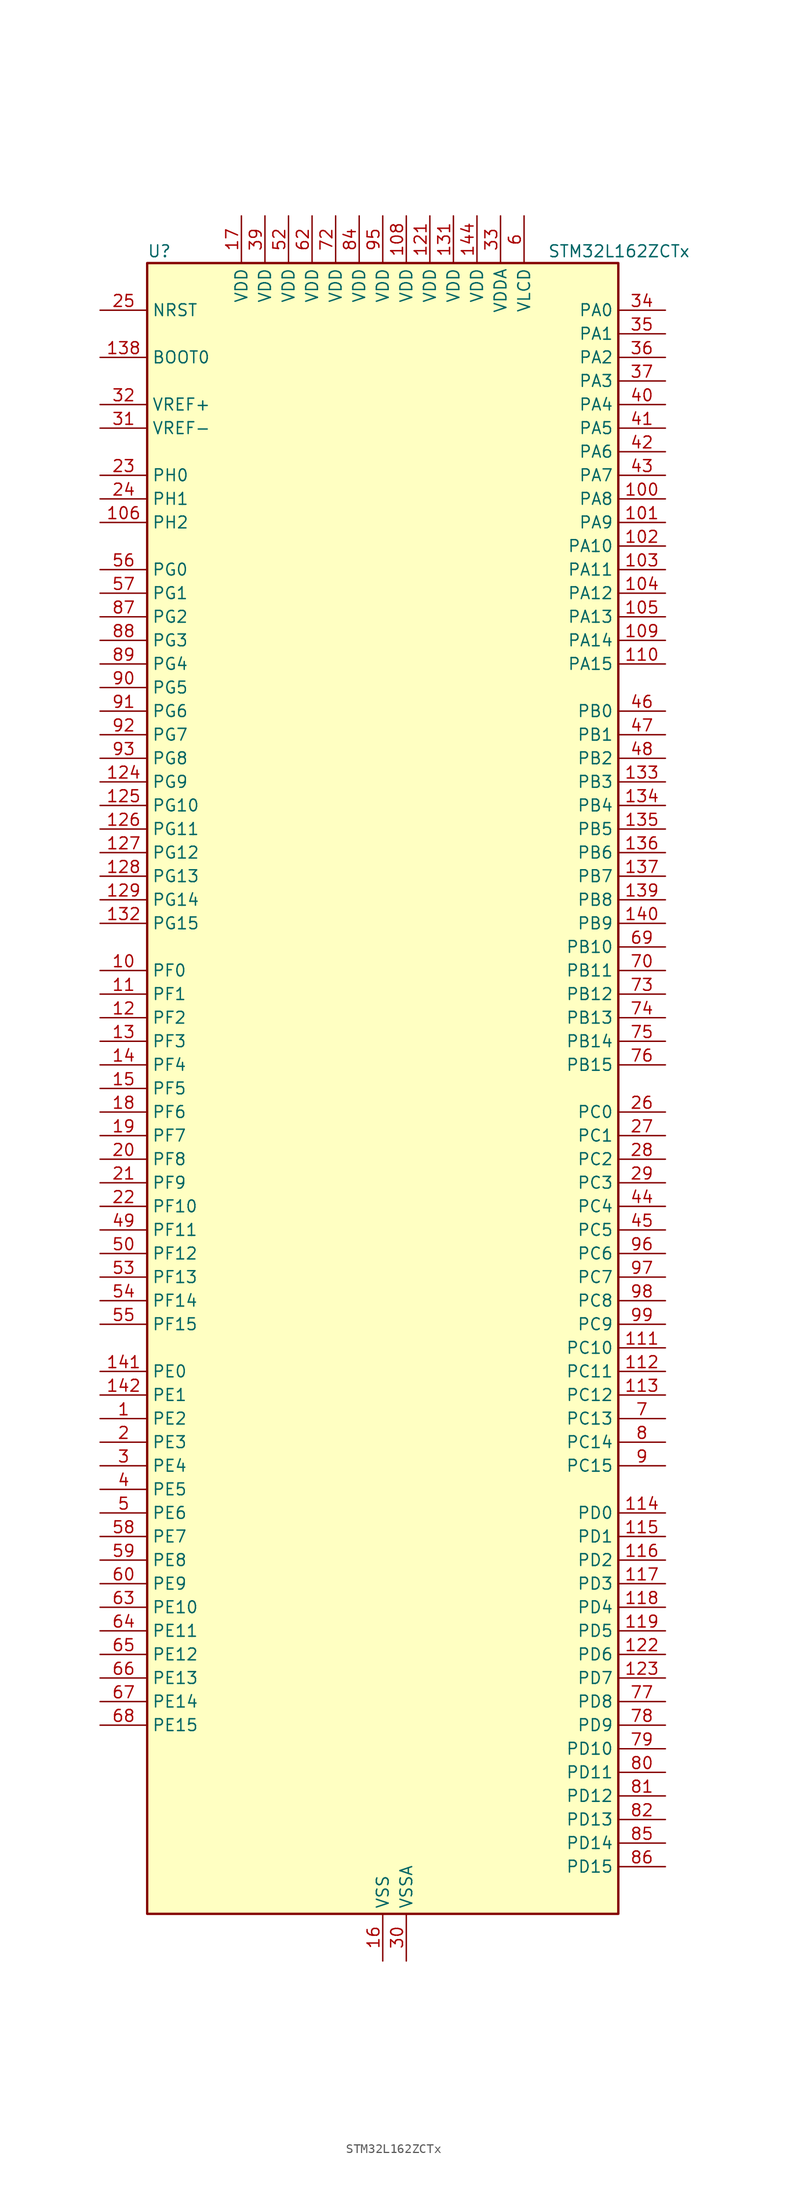
<source format=kicad_sym>
(kicad_symbol_lib
  (version 20241209)
  (generator "kicad_symbol_editor")
  (generator_version "9.0")
  (symbol "STM32L162ZCTx"
    (property "Reference" "U"
      (at -25.4 90.17 0)
      (effects (font (size 1.27 1.27)) (justify left)))
    (property "Value" "STM32L162ZCTx"
      (at 17.78 90.17 0)
      (effects (font (size 1.27 1.27)) (justify left)))
    (symbol "STM32L162ZCTx_0_1"
      (rectangle (start -25.4 -88.9) (end 25.4 88.9) (stroke (width 0.254) (type default)) (fill (type background))))
    (symbol "STM32L162ZCTx_1_1"
      (pin input line (at -30.48 83.82 0) (length 5.08) (name "NRST" (effects (font (size 1.27 1.27)))) (number "25" (effects (font (size 1.27 1.27)))))
      (pin input line (at -30.48 78.74 0) (length 5.08) (name "BOOT0" (effects (font (size 1.27 1.27)))) (number "138" (effects (font (size 1.27 1.27)))))
      (pin input line (at -30.48 73.66 0) (length 5.08) (name "VREF+" (effects (font (size 1.27 1.27)))) (number "32" (effects (font (size 1.27 1.27)))))
      (pin input line (at -30.48 71.12 0) (length 5.08) (name "VREF-" (effects (font (size 1.27 1.27)))) (number "31" (effects (font (size 1.27 1.27)))))
      (pin bidirectional line (at -30.48 66.04 0) (length 5.08) (name "PH0" (effects (font (size 1.27 1.27)))) (number "23" (effects (font (size 1.27 1.27)))) (alternate "RCC_OSC_IN" bidirectional line))
      (pin bidirectional line (at -30.48 63.5 0) (length 5.08) (name "PH1" (effects (font (size 1.27 1.27)))) (number "24" (effects (font (size 1.27 1.27)))) (alternate "RCC_OSC_OUT" bidirectional line))
      (pin bidirectional line (at -30.48 60.96 0) (length 5.08) (name "PH2" (effects (font (size 1.27 1.27)))) (number "106" (effects (font (size 1.27 1.27)))))
      (pin bidirectional line (at -30.48 55.88 0) (length 5.08) (name "PG0" (effects (font (size 1.27 1.27)))) (number "56" (effects (font (size 1.27 1.27)))) (alternate "ADC_IN8b" bidirectional line) (alternate "TS_G2_IO4" bidirectional line))
      (pin bidirectional line (at -30.48 53.34 0) (length 5.08) (name "PG1" (effects (font (size 1.27 1.27)))) (number "57" (effects (font (size 1.27 1.27)))) (alternate "ADC_IN9b" bidirectional line) (alternate "TS_G2_IO5" bidirectional line))
      (pin bidirectional line (at -30.48 50.8 0) (length 5.08) (name "PG2" (effects (font (size 1.27 1.27)))) (number "87" (effects (font (size 1.27 1.27)))) (alternate "ADC_IN10b" bidirectional line) (alternate "TS_G7_IO5" bidirectional line))
      (pin bidirectional line (at -30.48 48.26 0) (length 5.08) (name "PG3" (effects (font (size 1.27 1.27)))) (number "88" (effects (font (size 1.27 1.27)))) (alternate "ADC_IN11b" bidirectional line) (alternate "TS_G7_IO6" bidirectional line))
      (pin bidirectional line (at -30.48 45.72 0) (length 5.08) (name "PG4" (effects (font (size 1.27 1.27)))) (number "89" (effects (font (size 1.27 1.27)))) (alternate "ADC_IN12b" bidirectional line) (alternate "TS_G7_IO7" bidirectional line))
      (pin bidirectional line (at -30.48 43.18 0) (length 5.08) (name "PG5" (effects (font (size 1.27 1.27)))) (number "90" (effects (font (size 1.27 1.27)))))
      (pin bidirectional line (at -30.48 40.64 0) (length 5.08) (name "PG6" (effects (font (size 1.27 1.27)))) (number "91" (effects (font (size 1.27 1.27)))))
      (pin bidirectional line (at -30.48 38.1 0) (length 5.08) (name "PG7" (effects (font (size 1.27 1.27)))) (number "92" (effects (font (size 1.27 1.27)))))
      (pin bidirectional line (at -30.48 35.56 0) (length 5.08) (name "PG8" (effects (font (size 1.27 1.27)))) (number "93" (effects (font (size 1.27 1.27)))))
      (pin bidirectional line (at -30.48 33.02 0) (length 5.08) (name "PG9" (effects (font (size 1.27 1.27)))) (number "124" (effects (font (size 1.27 1.27)))) (alternate "DAC_EXTI9" bidirectional line))
      (pin bidirectional line (at -30.48 30.48 0) (length 5.08) (name "PG10" (effects (font (size 1.27 1.27)))) (number "125" (effects (font (size 1.27 1.27)))))
      (pin bidirectional line (at -30.48 27.94 0) (length 5.08) (name "PG11" (effects (font (size 1.27 1.27)))) (number "126" (effects (font (size 1.27 1.27)))) (alternate "ADC_EXTI11" bidirectional line))
      (pin bidirectional line (at -30.48 25.4 0) (length 5.08) (name "PG12" (effects (font (size 1.27 1.27)))) (number "127" (effects (font (size 1.27 1.27)))))
      (pin bidirectional line (at -30.48 22.86 0) (length 5.08) (name "PG13" (effects (font (size 1.27 1.27)))) (number "128" (effects (font (size 1.27 1.27)))))
      (pin bidirectional line (at -30.48 20.32 0) (length 5.08) (name "PG14" (effects (font (size 1.27 1.27)))) (number "129" (effects (font (size 1.27 1.27)))))
      (pin bidirectional line (at -30.48 17.78 0) (length 5.08) (name "PG15" (effects (font (size 1.27 1.27)))) (number "132" (effects (font (size 1.27 1.27)))) (alternate "ADC_EXTI15" bidirectional line))
      (pin bidirectional line (at -30.48 12.7 0) (length 5.08) (name "PF0" (effects (font (size 1.27 1.27)))) (number "10" (effects (font (size 1.27 1.27)))))
      (pin bidirectional line (at -30.48 10.16 0) (length 5.08) (name "PF1" (effects (font (size 1.27 1.27)))) (number "11" (effects (font (size 1.27 1.27)))))
      (pin bidirectional line (at -30.48 7.62 0) (length 5.08) (name "PF2" (effects (font (size 1.27 1.27)))) (number "12" (effects (font (size 1.27 1.27)))))
      (pin bidirectional line (at -30.48 5.08 0) (length 5.08) (name "PF3" (effects (font (size 1.27 1.27)))) (number "13" (effects (font (size 1.27 1.27)))))
      (pin bidirectional line (at -30.48 2.54 0) (length 5.08) (name "PF4" (effects (font (size 1.27 1.27)))) (number "14" (effects (font (size 1.27 1.27)))))
      (pin bidirectional line (at -30.48 0 0) (length 5.08) (name "PF5" (effects (font (size 1.27 1.27)))) (number "15" (effects (font (size 1.27 1.27)))))
      (pin bidirectional line (at -30.48 -2.54 0) (length 5.08) (name "PF6" (effects (font (size 1.27 1.27)))) (number "18" (effects (font (size 1.27 1.27)))) (alternate "ADC_IN27" bidirectional line) (alternate "TIM5_CH1" bidirectional line) (alternate "TIM5_ETR" bidirectional line) (alternate "TS_G11_IO1" bidirectional line))
      (pin bidirectional line (at -30.48 -5.08 0) (length 5.08) (name "PF7" (effects (font (size 1.27 1.27)))) (number "19" (effects (font (size 1.27 1.27)))) (alternate "ADC_IN28" bidirectional line) (alternate "COMP1_INP" bidirectional line) (alternate "TIM5_CH2" bidirectional line) (alternate "TS_G11_IO2" bidirectional line))
      (pin bidirectional line (at -30.48 -7.62 0) (length 5.08) (name "PF8" (effects (font (size 1.27 1.27)))) (number "20" (effects (font (size 1.27 1.27)))) (alternate "ADC_IN29" bidirectional line) (alternate "COMP1_INP" bidirectional line) (alternate "TIM5_CH3" bidirectional line) (alternate "TS_G11_IO3" bidirectional line))
      (pin bidirectional line (at -30.48 -10.16 0) (length 5.08) (name "PF9" (effects (font (size 1.27 1.27)))) (number "21" (effects (font (size 1.27 1.27)))) (alternate "ADC_IN30" bidirectional line) (alternate "COMP1_INP" bidirectional line) (alternate "DAC_EXTI9" bidirectional line) (alternate "TIM5_CH4" bidirectional line) (alternate "TS_G11_IO4" bidirectional line))
      (pin bidirectional line (at -30.48 -12.7 0) (length 5.08) (name "PF10" (effects (font (size 1.27 1.27)))) (number "22" (effects (font (size 1.27 1.27)))) (alternate "ADC_IN31" bidirectional line) (alternate "COMP1_INP" bidirectional line) (alternate "TS_G11_IO5" bidirectional line))
      (pin bidirectional line (at -30.48 -15.24 0) (length 5.08) (name "PF11" (effects (font (size 1.27 1.27)))) (number "49" (effects (font (size 1.27 1.27)))) (alternate "ADC_EXTI11" bidirectional line) (alternate "ADC_IN1b" bidirectional line) (alternate "TS_G3_IO4" bidirectional line))
      (pin bidirectional line (at -30.48 -17.78 0) (length 5.08) (name "PF12" (effects (font (size 1.27 1.27)))) (number "50" (effects (font (size 1.27 1.27)))) (alternate "ADC_IN2b" bidirectional line) (alternate "TS_G3_IO5" bidirectional line))
      (pin bidirectional line (at -30.48 -20.32 0) (length 5.08) (name "PF13" (effects (font (size 1.27 1.27)))) (number "53" (effects (font (size 1.27 1.27)))) (alternate "ADC_IN3b" bidirectional line) (alternate "TS_G9_IO3" bidirectional line))
      (pin bidirectional line (at -30.48 -22.86 0) (length 5.08) (name "PF14" (effects (font (size 1.27 1.27)))) (number "54" (effects (font (size 1.27 1.27)))) (alternate "ADC_IN6b" bidirectional line) (alternate "TS_G9_IO4" bidirectional line))
      (pin bidirectional line (at -30.48 -25.4 0) (length 5.08) (name "PF15" (effects (font (size 1.27 1.27)))) (number "55" (effects (font (size 1.27 1.27)))) (alternate "ADC_EXTI15" bidirectional line) (alternate "ADC_IN7b" bidirectional line) (alternate "TS_G2_IO3" bidirectional line))
      (pin bidirectional line (at -30.48 -30.48 0) (length 5.08) (name "PE0" (effects (font (size 1.27 1.27)))) (number "141" (effects (font (size 1.27 1.27)))) (alternate "LCD_SEG36" bidirectional line) (alternate "TIM10_CH1" bidirectional line) (alternate "TIM4_ETR" bidirectional line) (alternate "TIMX_IC1" bidirectional line))
      (pin bidirectional line (at -30.48 -33.02 0) (length 5.08) (name "PE1" (effects (font (size 1.27 1.27)))) (number "142" (effects (font (size 1.27 1.27)))) (alternate "LCD_SEG37" bidirectional line) (alternate "TIM11_CH1" bidirectional line) (alternate "TIMX_IC2" bidirectional line))
      (pin bidirectional line (at -30.48 -35.56 0) (length 5.08) (name "PE2" (effects (font (size 1.27 1.27)))) (number "1" (effects (font (size 1.27 1.27)))) (alternate "LCD_SEG38" bidirectional line) (alternate "SYS_TRACECK" bidirectional line) (alternate "TIM3_ETR" bidirectional line) (alternate "TIMX_IC3" bidirectional line))
      (pin bidirectional line (at -30.48 -38.1 0) (length 5.08) (name "PE3" (effects (font (size 1.27 1.27)))) (number "2" (effects (font (size 1.27 1.27)))) (alternate "LCD_SEG39" bidirectional line) (alternate "SYS_TRACED0" bidirectional line) (alternate "TIM3_CH1" bidirectional line) (alternate "TIMX_IC4" bidirectional line))
      (pin bidirectional line (at -30.48 -40.64 0) (length 5.08) (name "PE4" (effects (font (size 1.27 1.27)))) (number "3" (effects (font (size 1.27 1.27)))) (alternate "SYS_TRACED1" bidirectional line) (alternate "TIM3_CH2" bidirectional line) (alternate "TIMX_IC1" bidirectional line))
      (pin bidirectional line (at -30.48 -43.18 0) (length 5.08) (name "PE5" (effects (font (size 1.27 1.27)))) (number "4" (effects (font (size 1.27 1.27)))) (alternate "SYS_TRACED2" bidirectional line) (alternate "TIM9_CH1" bidirectional line) (alternate "TIMX_IC2" bidirectional line))
      (pin bidirectional line (at -30.48 -45.72 0) (length 5.08) (name "PE6" (effects (font (size 1.27 1.27)))) (number "5" (effects (font (size 1.27 1.27)))) (alternate "RTC_TAMP3" bidirectional line) (alternate "SYS_TRACED3" bidirectional line) (alternate "SYS_WKUP3" bidirectional line) (alternate "TIM9_CH2" bidirectional line) (alternate "TIMX_IC3" bidirectional line))
      (pin bidirectional line (at -30.48 -48.26 0) (length 5.08) (name "PE7" (effects (font (size 1.27 1.27)))) (number "58" (effects (font (size 1.27 1.27)))) (alternate "ADC_IN22" bidirectional line) (alternate "COMP1_INP" bidirectional line) (alternate "TIMX_IC4" bidirectional line))
      (pin bidirectional line (at -30.48 -50.8 0) (length 5.08) (name "PE8" (effects (font (size 1.27 1.27)))) (number "59" (effects (font (size 1.27 1.27)))) (alternate "ADC_IN23" bidirectional line) (alternate "COMP1_INP" bidirectional line) (alternate "TIMX_IC1" bidirectional line))
      (pin bidirectional line (at -30.48 -53.34 0) (length 5.08) (name "PE9" (effects (font (size 1.27 1.27)))) (number "60" (effects (font (size 1.27 1.27)))) (alternate "ADC_IN24" bidirectional line) (alternate "COMP1_INP" bidirectional line) (alternate "DAC_EXTI9" bidirectional line) (alternate "TIM2_CH1" bidirectional line) (alternate "TIM2_ETR" bidirectional line) (alternate "TIMX_IC2" bidirectional line))
      (pin bidirectional line (at -30.48 -55.88 0) (length 5.08) (name "PE10" (effects (font (size 1.27 1.27)))) (number "63" (effects (font (size 1.27 1.27)))) (alternate "ADC_IN25" bidirectional line) (alternate "COMP1_INP" bidirectional line) (alternate "TIM2_CH2" bidirectional line) (alternate "TIMX_IC3" bidirectional line))
      (pin bidirectional line (at -30.48 -58.42 0) (length 5.08) (name "PE11" (effects (font (size 1.27 1.27)))) (number "64" (effects (font (size 1.27 1.27)))) (alternate "ADC_EXTI11" bidirectional line) (alternate "TIM2_CH3" bidirectional line) (alternate "TIMX_IC4" bidirectional line))
      (pin bidirectional line (at -30.48 -60.96 0) (length 5.08) (name "PE12" (effects (font (size 1.27 1.27)))) (number "65" (effects (font (size 1.27 1.27)))) (alternate "SPI1_NSS" bidirectional line) (alternate "TIM2_CH4" bidirectional line) (alternate "TIMX_IC1" bidirectional line))
      (pin bidirectional line (at -30.48 -63.5 0) (length 5.08) (name "PE13" (effects (font (size 1.27 1.27)))) (number "66" (effects (font (size 1.27 1.27)))) (alternate "SPI1_SCK" bidirectional line) (alternate "TIMX_IC2" bidirectional line))
      (pin bidirectional line (at -30.48 -66.04 0) (length 5.08) (name "PE14" (effects (font (size 1.27 1.27)))) (number "67" (effects (font (size 1.27 1.27)))) (alternate "SPI1_MISO" bidirectional line) (alternate "TIMX_IC3" bidirectional line))
      (pin bidirectional line (at -30.48 -68.58 0) (length 5.08) (name "PE15" (effects (font (size 1.27 1.27)))) (number "68" (effects (font (size 1.27 1.27)))) (alternate "ADC_EXTI15" bidirectional line) (alternate "SPI1_MOSI" bidirectional line) (alternate "TIMX_IC4" bidirectional line))
      (pin power_in line (at -15.24 93.98 270) (length 5.08) (name "VDD" (effects (font (size 1.27 1.27)))) (number "17" (effects (font (size 1.27 1.27)))))
      (pin power_in line (at -12.7 93.98 270) (length 5.08) (name "VDD" (effects (font (size 1.27 1.27)))) (number "39" (effects (font (size 1.27 1.27)))))
      (pin power_in line (at -10.16 93.98 270) (length 5.08) (name "VDD" (effects (font (size 1.27 1.27)))) (number "52" (effects (font (size 1.27 1.27)))))
      (pin power_in line (at -7.62 93.98 270) (length 5.08) (name "VDD" (effects (font (size 1.27 1.27)))) (number "62" (effects (font (size 1.27 1.27)))))
      (pin power_in line (at -5.08 93.98 270) (length 5.08) (name "VDD" (effects (font (size 1.27 1.27)))) (number "72" (effects (font (size 1.27 1.27)))))
      (pin power_in line (at -2.54 93.98 270) (length 5.08) (name "VDD" (effects (font (size 1.27 1.27)))) (number "84" (effects (font (size 1.27 1.27)))))
      (pin power_in line (at 0 93.98 270) (length 5.08) (name "VDD" (effects (font (size 1.27 1.27)))) (number "95" (effects (font (size 1.27 1.27)))))
      (pin passive line (at 0 -93.98 90) (length 5.08) (hide yes) (name "VSS" (effects (font (size 1.27 1.27)))) (number "107" (effects (font (size 1.27 1.27)))))
      (pin passive line (at 0 -93.98 90) (length 5.08) (hide yes) (name "VSS" (effects (font (size 1.27 1.27)))) (number "120" (effects (font (size 1.27 1.27)))))
      (pin passive line (at 0 -93.98 90) (length 5.08) (hide yes) (name "VSS" (effects (font (size 1.27 1.27)))) (number "130" (effects (font (size 1.27 1.27)))))
      (pin passive line (at 0 -93.98 90) (length 5.08) (hide yes) (name "VSS" (effects (font (size 1.27 1.27)))) (number "143" (effects (font (size 1.27 1.27)))))
      (pin power_in line (at 0 -93.98 90) (length 5.08) (name "VSS" (effects (font (size 1.27 1.27)))) (number "16" (effects (font (size 1.27 1.27)))))
      (pin passive line (at 0 -93.98 90) (length 5.08) (hide yes) (name "VSS" (effects (font (size 1.27 1.27)))) (number "38" (effects (font (size 1.27 1.27)))))
      (pin passive line (at 0 -93.98 90) (length 5.08) (hide yes) (name "VSS" (effects (font (size 1.27 1.27)))) (number "51" (effects (font (size 1.27 1.27)))))
      (pin passive line (at 0 -93.98 90) (length 5.08) (hide yes) (name "VSS" (effects (font (size 1.27 1.27)))) (number "61" (effects (font (size 1.27 1.27)))))
      (pin passive line (at 0 -93.98 90) (length 5.08) (hide yes) (name "VSS" (effects (font (size 1.27 1.27)))) (number "71" (effects (font (size 1.27 1.27)))))
      (pin passive line (at 0 -93.98 90) (length 5.08) (hide yes) (name "VSS" (effects (font (size 1.27 1.27)))) (number "83" (effects (font (size 1.27 1.27)))))
      (pin passive line (at 0 -93.98 90) (length 5.08) (hide yes) (name "VSS" (effects (font (size 1.27 1.27)))) (number "94" (effects (font (size 1.27 1.27)))))
      (pin power_in line (at 2.54 93.98 270) (length 5.08) (name "VDD" (effects (font (size 1.27 1.27)))) (number "108" (effects (font (size 1.27 1.27)))))
      (pin power_in line (at 2.54 -93.98 90) (length 5.08) (name "VSSA" (effects (font (size 1.27 1.27)))) (number "30" (effects (font (size 1.27 1.27)))))
      (pin power_in line (at 5.08 93.98 270) (length 5.08) (name "VDD" (effects (font (size 1.27 1.27)))) (number "121" (effects (font (size 1.27 1.27)))))
      (pin power_in line (at 7.62 93.98 270) (length 5.08) (name "VDD" (effects (font (size 1.27 1.27)))) (number "131" (effects (font (size 1.27 1.27)))))
      (pin power_in line (at 10.16 93.98 270) (length 5.08) (name "VDD" (effects (font (size 1.27 1.27)))) (number "144" (effects (font (size 1.27 1.27)))))
      (pin power_in line (at 12.7 93.98 270) (length 5.08) (name "VDDA" (effects (font (size 1.27 1.27)))) (number "33" (effects (font (size 1.27 1.27)))))
      (pin power_in line (at 15.24 93.98 270) (length 5.08) (name "VLCD" (effects (font (size 1.27 1.27)))) (number "6" (effects (font (size 1.27 1.27)))))
      (pin bidirectional line (at 30.48 83.82 180) (length 5.08) (name "PA0" (effects (font (size 1.27 1.27)))) (number "34" (effects (font (size 1.27 1.27)))) (alternate "ADC_IN0" bidirectional line) (alternate "COMP1_INP" bidirectional line) (alternate "RTC_TAMP2" bidirectional line) (alternate "SYS_WKUP1" bidirectional line) (alternate "TIM2_CH1" bidirectional line) (alternate "TIM2_ETR" bidirectional line) (alternate "TIM5_CH1" bidirectional line) (alternate "TIMX_IC1" bidirectional line) (alternate "TS_G1_IO1" bidirectional line) (alternate "USART2_CTS" bidirectional line))
      (pin bidirectional line (at 30.48 81.28 180) (length 5.08) (name "PA1" (effects (font (size 1.27 1.27)))) (number "35" (effects (font (size 1.27 1.27)))) (alternate "ADC_IN1" bidirectional line) (alternate "COMP1_INP" bidirectional line) (alternate "LCD_SEG0" bidirectional line) (alternate "OPAMP1_VINP" bidirectional line) (alternate "TIM2_CH2" bidirectional line) (alternate "TIM5_CH2" bidirectional line) (alternate "TIMX_IC2" bidirectional line) (alternate "TS_G1_IO2" bidirectional line) (alternate "USART2_RTS" bidirectional line))
      (pin bidirectional line (at 30.48 78.74 180) (length 5.08) (name "PA2" (effects (font (size 1.27 1.27)))) (number "36" (effects (font (size 1.27 1.27)))) (alternate "ADC_IN2" bidirectional line) (alternate "COMP1_INP" bidirectional line) (alternate "LCD_SEG1" bidirectional line) (alternate "OPAMP1_VINM" bidirectional line) (alternate "TIM2_CH3" bidirectional line) (alternate "TIM5_CH3" bidirectional line) (alternate "TIM9_CH1" bidirectional line) (alternate "TIMX_IC3" bidirectional line) (alternate "TS_G1_IO3" bidirectional line) (alternate "USART2_TX" bidirectional line))
      (pin bidirectional line (at 30.48 76.2 180) (length 5.08) (name "PA3" (effects (font (size 1.27 1.27)))) (number "37" (effects (font (size 1.27 1.27)))) (alternate "ADC_IN3" bidirectional line) (alternate "COMP1_INP" bidirectional line) (alternate "LCD_SEG2" bidirectional line) (alternate "OPAMP1_VOUT" bidirectional line) (alternate "TIM2_CH4" bidirectional line) (alternate "TIM5_CH4" bidirectional line) (alternate "TIM9_CH2" bidirectional line) (alternate "TIMX_IC4" bidirectional line) (alternate "TS_G1_IO4" bidirectional line) (alternate "USART2_RX" bidirectional line))
      (pin bidirectional line (at 30.48 73.66 180) (length 5.08) (name "PA4" (effects (font (size 1.27 1.27)))) (number "40" (effects (font (size 1.27 1.27)))) (alternate "ADC_IN4" bidirectional line) (alternate "COMP1_INP" bidirectional line) (alternate "DAC_OUT1" bidirectional line) (alternate "I2S3_WS" bidirectional line) (alternate "SPI1_NSS" bidirectional line) (alternate "SPI3_NSS" bidirectional line) (alternate "TIMX_IC1" bidirectional line) (alternate "USART2_CK" bidirectional line))
      (pin bidirectional line (at 30.48 71.12 180) (length 5.08) (name "PA5" (effects (font (size 1.27 1.27)))) (number "41" (effects (font (size 1.27 1.27)))) (alternate "ADC_IN5" bidirectional line) (alternate "COMP1_INP" bidirectional line) (alternate "DAC_OUT2" bidirectional line) (alternate "SPI1_SCK" bidirectional line) (alternate "TIM2_CH1" bidirectional line) (alternate "TIM2_ETR" bidirectional line) (alternate "TIMX_IC2" bidirectional line))
      (pin bidirectional line (at 30.48 68.58 180) (length 5.08) (name "PA6" (effects (font (size 1.27 1.27)))) (number "42" (effects (font (size 1.27 1.27)))) (alternate "ADC_IN6" bidirectional line) (alternate "COMP1_INP" bidirectional line) (alternate "LCD_SEG3" bidirectional line) (alternate "OPAMP2_VINP" bidirectional line) (alternate "SPI1_MISO" bidirectional line) (alternate "TIM10_CH1" bidirectional line) (alternate "TIM3_CH1" bidirectional line) (alternate "TIMX_IC3" bidirectional line) (alternate "TS_G2_IO1" bidirectional line))
      (pin bidirectional line (at 30.48 66.04 180) (length 5.08) (name "PA7" (effects (font (size 1.27 1.27)))) (number "43" (effects (font (size 1.27 1.27)))) (alternate "ADC_IN7" bidirectional line) (alternate "COMP1_INP" bidirectional line) (alternate "LCD_SEG4" bidirectional line) (alternate "OPAMP2_VINM" bidirectional line) (alternate "SPI1_MOSI" bidirectional line) (alternate "TIM11_CH1" bidirectional line) (alternate "TIM3_CH2" bidirectional line) (alternate "TIMX_IC4" bidirectional line) (alternate "TS_G2_IO2" bidirectional line))
      (pin bidirectional line (at 30.48 63.5 180) (length 5.08) (name "PA8" (effects (font (size 1.27 1.27)))) (number "100" (effects (font (size 1.27 1.27)))) (alternate "LCD_COM0" bidirectional line) (alternate "RCC_MCO" bidirectional line) (alternate "TIMX_IC1" bidirectional line) (alternate "TS_G4_IO1" bidirectional line) (alternate "USART1_CK" bidirectional line))
      (pin bidirectional line (at 30.48 60.96 180) (length 5.08) (name "PA9" (effects (font (size 1.27 1.27)))) (number "101" (effects (font (size 1.27 1.27)))) (alternate "DAC_EXTI9" bidirectional line) (alternate "LCD_COM1" bidirectional line) (alternate "TIMX_IC2" bidirectional line) (alternate "TS_G4_IO2" bidirectional line) (alternate "USART1_TX" bidirectional line))
      (pin bidirectional line (at 30.48 58.42 180) (length 5.08) (name "PA10" (effects (font (size 1.27 1.27)))) (number "102" (effects (font (size 1.27 1.27)))) (alternate "LCD_COM2" bidirectional line) (alternate "TIMX_IC3" bidirectional line) (alternate "TS_G4_IO3" bidirectional line) (alternate "USART1_RX" bidirectional line))
      (pin bidirectional line (at 30.48 55.88 180) (length 5.08) (name "PA11" (effects (font (size 1.27 1.27)))) (number "103" (effects (font (size 1.27 1.27)))) (alternate "ADC_EXTI11" bidirectional line) (alternate "SPI1_MISO" bidirectional line) (alternate "TIMX_IC4" bidirectional line) (alternate "USART1_CTS" bidirectional line) (alternate "USB_DM" bidirectional line))
      (pin bidirectional line (at 30.48 53.34 180) (length 5.08) (name "PA12" (effects (font (size 1.27 1.27)))) (number "104" (effects (font (size 1.27 1.27)))) (alternate "SPI1_MOSI" bidirectional line) (alternate "TIMX_IC1" bidirectional line) (alternate "USART1_RTS" bidirectional line) (alternate "USB_DP" bidirectional line))
      (pin bidirectional line (at 30.48 50.8 180) (length 5.08) (name "PA13" (effects (font (size 1.27 1.27)))) (number "105" (effects (font (size 1.27 1.27)))) (alternate "SYS_JTMS-SWDIO" bidirectional line) (alternate "TIMX_IC2" bidirectional line) (alternate "TS_G5_IO1" bidirectional line))
      (pin bidirectional line (at 30.48 48.26 180) (length 5.08) (name "PA14" (effects (font (size 1.27 1.27)))) (number "109" (effects (font (size 1.27 1.27)))) (alternate "SYS_JTCK-SWCLK" bidirectional line) (alternate "TIMX_IC3" bidirectional line) (alternate "TS_G5_IO2" bidirectional line))
      (pin bidirectional line (at 30.48 45.72 180) (length 5.08) (name "PA15" (effects (font (size 1.27 1.27)))) (number "110" (effects (font (size 1.27 1.27)))) (alternate "ADC_EXTI15" bidirectional line) (alternate "I2S3_WS" bidirectional line) (alternate "LCD_SEG17" bidirectional line) (alternate "SPI1_NSS" bidirectional line) (alternate "SPI3_NSS" bidirectional line) (alternate "SYS_JTDI" bidirectional line) (alternate "TIM2_CH1" bidirectional line) (alternate "TIM2_ETR" bidirectional line) (alternate "TIMX_IC4" bidirectional line) (alternate "TS_G5_IO3" bidirectional line))
      (pin bidirectional line (at 30.48 40.64 180) (length 5.08) (name "PB0" (effects (font (size 1.27 1.27)))) (number "46" (effects (font (size 1.27 1.27)))) (alternate "ADC_IN8" bidirectional line) (alternate "COMP1_INP" bidirectional line) (alternate "LCD_SEG5" bidirectional line) (alternate "OPAMP2_VOUT" bidirectional line) (alternate "SYS_V_REF_OUT" bidirectional line) (alternate "TIM3_CH3" bidirectional line) (alternate "TS_G3_IO1" bidirectional line))
      (pin bidirectional line (at 30.48 38.1 180) (length 5.08) (name "PB1" (effects (font (size 1.27 1.27)))) (number "47" (effects (font (size 1.27 1.27)))) (alternate "ADC_IN9" bidirectional line) (alternate "COMP1_INP" bidirectional line) (alternate "LCD_SEG6" bidirectional line) (alternate "SYS_V_REF_OUT" bidirectional line) (alternate "TIM3_CH4" bidirectional line) (alternate "TS_G3_IO2" bidirectional line))
      (pin bidirectional line (at 30.48 35.56 180) (length 5.08) (name "PB2" (effects (font (size 1.27 1.27)))) (number "48" (effects (font (size 1.27 1.27)))) (alternate "ADC_IN0b" bidirectional line) (alternate "TS_G3_IO3" bidirectional line))
      (pin bidirectional line (at 30.48 33.02 180) (length 5.08) (name "PB3" (effects (font (size 1.27 1.27)))) (number "133" (effects (font (size 1.27 1.27)))) (alternate "COMP2_INM" bidirectional line) (alternate "I2S3_CK" bidirectional line) (alternate "LCD_SEG7" bidirectional line) (alternate "SPI1_SCK" bidirectional line) (alternate "SPI3_SCK" bidirectional line) (alternate "SYS_JTDO-TRACESWO" bidirectional line) (alternate "TIM2_CH2" bidirectional line))
      (pin bidirectional line (at 30.48 30.48 180) (length 5.08) (name "PB4" (effects (font (size 1.27 1.27)))) (number "134" (effects (font (size 1.27 1.27)))) (alternate "COMP2_INP" bidirectional line) (alternate "LCD_SEG8" bidirectional line) (alternate "SPI1_MISO" bidirectional line) (alternate "SPI3_MISO" bidirectional line) (alternate "SYS_JTRST" bidirectional line) (alternate "TIM3_CH1" bidirectional line) (alternate "TS_G6_IO1" bidirectional line))
      (pin bidirectional line (at 30.48 27.94 180) (length 5.08) (name "PB5" (effects (font (size 1.27 1.27)))) (number "135" (effects (font (size 1.27 1.27)))) (alternate "COMP2_INP" bidirectional line) (alternate "I2C1_SMBA" bidirectional line) (alternate "I2S3_SD" bidirectional line) (alternate "LCD_SEG9" bidirectional line) (alternate "SPI1_MOSI" bidirectional line) (alternate "SPI3_MOSI" bidirectional line) (alternate "TIM3_CH2" bidirectional line) (alternate "TS_G6_IO2" bidirectional line))
      (pin bidirectional line (at 30.48 25.4 180) (length 5.08) (name "PB6" (effects (font (size 1.27 1.27)))) (number "136" (effects (font (size 1.27 1.27)))) (alternate "COMP2_INP" bidirectional line) (alternate "I2C1_SCL" bidirectional line) (alternate "TIM4_CH1" bidirectional line) (alternate "TS_G6_IO3" bidirectional line) (alternate "USART1_TX" bidirectional line))
      (pin bidirectional line (at 30.48 22.86 180) (length 5.08) (name "PB7" (effects (font (size 1.27 1.27)))) (number "137" (effects (font (size 1.27 1.27)))) (alternate "COMP2_INP" bidirectional line) (alternate "I2C1_SDA" bidirectional line) (alternate "SYS_PVD_IN" bidirectional line) (alternate "TIM4_CH2" bidirectional line) (alternate "TS_G6_IO4" bidirectional line) (alternate "USART1_RX" bidirectional line))
      (pin bidirectional line (at 30.48 20.32 180) (length 5.08) (name "PB8" (effects (font (size 1.27 1.27)))) (number "139" (effects (font (size 1.27 1.27)))) (alternate "I2C1_SCL" bidirectional line) (alternate "LCD_SEG16" bidirectional line) (alternate "TIM10_CH1" bidirectional line) (alternate "TIM4_CH3" bidirectional line))
      (pin bidirectional line (at 30.48 17.78 180) (length 5.08) (name "PB9" (effects (font (size 1.27 1.27)))) (number "140" (effects (font (size 1.27 1.27)))) (alternate "DAC_EXTI9" bidirectional line) (alternate "I2C1_SDA" bidirectional line) (alternate "LCD_COM3" bidirectional line) (alternate "TIM11_CH1" bidirectional line) (alternate "TIM4_CH4" bidirectional line))
      (pin bidirectional line (at 30.48 15.24 180) (length 5.08) (name "PB10" (effects (font (size 1.27 1.27)))) (number "69" (effects (font (size 1.27 1.27)))) (alternate "I2C2_SCL" bidirectional line) (alternate "LCD_SEG10" bidirectional line) (alternate "TIM2_CH3" bidirectional line) (alternate "USART3_TX" bidirectional line))
      (pin bidirectional line (at 30.48 12.7 180) (length 5.08) (name "PB11" (effects (font (size 1.27 1.27)))) (number "70" (effects (font (size 1.27 1.27)))) (alternate "ADC_EXTI11" bidirectional line) (alternate "I2C2_SDA" bidirectional line) (alternate "LCD_SEG11" bidirectional line) (alternate "TIM2_CH4" bidirectional line) (alternate "USART3_RX" bidirectional line))
      (pin bidirectional line (at 30.48 10.16 180) (length 5.08) (name "PB12" (effects (font (size 1.27 1.27)))) (number "73" (effects (font (size 1.27 1.27)))) (alternate "ADC_IN18" bidirectional line) (alternate "COMP1_INP" bidirectional line) (alternate "I2C2_SMBA" bidirectional line) (alternate "I2S2_WS" bidirectional line) (alternate "LCD_SEG12" bidirectional line) (alternate "SPI2_NSS" bidirectional line) (alternate "TIM10_CH1" bidirectional line) (alternate "TS_G7_IO1" bidirectional line) (alternate "USART3_CK" bidirectional line))
      (pin bidirectional line (at 30.48 7.62 180) (length 5.08) (name "PB13" (effects (font (size 1.27 1.27)))) (number "74" (effects (font (size 1.27 1.27)))) (alternate "ADC_IN19" bidirectional line) (alternate "COMP1_INP" bidirectional line) (alternate "I2S2_CK" bidirectional line) (alternate "LCD_SEG13" bidirectional line) (alternate "SPI2_SCK" bidirectional line) (alternate "TIM9_CH1" bidirectional line) (alternate "TS_G7_IO2" bidirectional line) (alternate "USART3_CTS" bidirectional line))
      (pin bidirectional line (at 30.48 5.08 180) (length 5.08) (name "PB14" (effects (font (size 1.27 1.27)))) (number "75" (effects (font (size 1.27 1.27)))) (alternate "ADC_IN20" bidirectional line) (alternate "COMP1_INP" bidirectional line) (alternate "LCD_SEG14" bidirectional line) (alternate "SPI2_MISO" bidirectional line) (alternate "TIM9_CH2" bidirectional line) (alternate "TS_G7_IO3" bidirectional line) (alternate "USART3_RTS" bidirectional line))
      (pin bidirectional line (at 30.48 2.54 180) (length 5.08) (name "PB15" (effects (font (size 1.27 1.27)))) (number "76" (effects (font (size 1.27 1.27)))) (alternate "ADC_EXTI15" bidirectional line) (alternate "ADC_IN21" bidirectional line) (alternate "COMP1_INP" bidirectional line) (alternate "I2S2_SD" bidirectional line) (alternate "LCD_SEG15" bidirectional line) (alternate "RTC_REFIN" bidirectional line) (alternate "SPI2_MOSI" bidirectional line) (alternate "TIM11_CH1" bidirectional line) (alternate "TS_G7_IO4" bidirectional line))
      (pin bidirectional line (at 30.48 -2.54 180) (length 5.08) (name "PC0" (effects (font (size 1.27 1.27)))) (number "26" (effects (font (size 1.27 1.27)))) (alternate "ADC_IN10" bidirectional line) (alternate "COMP1_INP" bidirectional line) (alternate "LCD_SEG18" bidirectional line) (alternate "TIMX_IC1" bidirectional line) (alternate "TS_G8_IO1" bidirectional line))
      (pin bidirectional line (at 30.48 -5.08 180) (length 5.08) (name "PC1" (effects (font (size 1.27 1.27)))) (number "27" (effects (font (size 1.27 1.27)))) (alternate "ADC_IN11" bidirectional line) (alternate "COMP1_INP" bidirectional line) (alternate "LCD_SEG19" bidirectional line) (alternate "TIMX_IC2" bidirectional line) (alternate "TS_G8_IO2" bidirectional line))
      (pin bidirectional line (at 30.48 -7.62 180) (length 5.08) (name "PC2" (effects (font (size 1.27 1.27)))) (number "28" (effects (font (size 1.27 1.27)))) (alternate "ADC_IN12" bidirectional line) (alternate "COMP1_INP" bidirectional line) (alternate "LCD_SEG20" bidirectional line) (alternate "TIMX_IC3" bidirectional line) (alternate "TS_G8_IO3" bidirectional line))
      (pin bidirectional line (at 30.48 -10.16 180) (length 5.08) (name "PC3" (effects (font (size 1.27 1.27)))) (number "29" (effects (font (size 1.27 1.27)))) (alternate "ADC_IN13" bidirectional line) (alternate "COMP1_INP" bidirectional line) (alternate "LCD_SEG21" bidirectional line) (alternate "TIMX_IC4" bidirectional line) (alternate "TS_G8_IO4" bidirectional line))
      (pin bidirectional line (at 30.48 -12.7 180) (length 5.08) (name "PC4" (effects (font (size 1.27 1.27)))) (number "44" (effects (font (size 1.27 1.27)))) (alternate "ADC_IN14" bidirectional line) (alternate "COMP1_INP" bidirectional line) (alternate "LCD_SEG22" bidirectional line) (alternate "TIMX_IC1" bidirectional line) (alternate "TS_G9_IO1" bidirectional line))
      (pin bidirectional line (at 30.48 -15.24 180) (length 5.08) (name "PC5" (effects (font (size 1.27 1.27)))) (number "45" (effects (font (size 1.27 1.27)))) (alternate "ADC_IN15" bidirectional line) (alternate "COMP1_INP" bidirectional line) (alternate "LCD_SEG23" bidirectional line) (alternate "TIMX_IC2" bidirectional line) (alternate "TS_G9_IO2" bidirectional line))
      (pin bidirectional line (at 30.48 -17.78 180) (length 5.08) (name "PC6" (effects (font (size 1.27 1.27)))) (number "96" (effects (font (size 1.27 1.27)))) (alternate "I2S2_MCK" bidirectional line) (alternate "LCD_SEG24" bidirectional line) (alternate "TIM3_CH1" bidirectional line) (alternate "TIMX_IC3" bidirectional line) (alternate "TS_G10_IO1" bidirectional line))
      (pin bidirectional line (at 30.48 -20.32 180) (length 5.08) (name "PC7" (effects (font (size 1.27 1.27)))) (number "97" (effects (font (size 1.27 1.27)))) (alternate "I2S3_MCK" bidirectional line) (alternate "LCD_SEG25" bidirectional line) (alternate "TIM3_CH2" bidirectional line) (alternate "TIMX_IC4" bidirectional line) (alternate "TS_G10_IO2" bidirectional line))
      (pin bidirectional line (at 30.48 -22.86 180) (length 5.08) (name "PC8" (effects (font (size 1.27 1.27)))) (number "98" (effects (font (size 1.27 1.27)))) (alternate "LCD_SEG26" bidirectional line) (alternate "TIM3_CH3" bidirectional line) (alternate "TIMX_IC1" bidirectional line) (alternate "TS_G10_IO3" bidirectional line))
      (pin bidirectional line (at 30.48 -25.4 180) (length 5.08) (name "PC9" (effects (font (size 1.27 1.27)))) (number "99" (effects (font (size 1.27 1.27)))) (alternate "DAC_EXTI9" bidirectional line) (alternate "LCD_SEG27" bidirectional line) (alternate "TIM3_CH4" bidirectional line) (alternate "TIMX_IC2" bidirectional line) (alternate "TS_G10_IO4" bidirectional line))
      (pin bidirectional line (at 30.48 -27.94 180) (length 5.08) (name "PC10" (effects (font (size 1.27 1.27)))) (number "111" (effects (font (size 1.27 1.27)))) (alternate "I2S3_CK" bidirectional line) (alternate "LCD_COM4" bidirectional line) (alternate "LCD_SEG28" bidirectional line) (alternate "LCD_SEG40" bidirectional line) (alternate "SPI3_SCK" bidirectional line) (alternate "TIMX_IC3" bidirectional line) (alternate "USART3_TX" bidirectional line))
      (pin bidirectional line (at 30.48 -30.48 180) (length 5.08) (name "PC11" (effects (font (size 1.27 1.27)))) (number "112" (effects (font (size 1.27 1.27)))) (alternate "ADC_EXTI11" bidirectional line) (alternate "LCD_COM5" bidirectional line) (alternate "LCD_SEG29" bidirectional line) (alternate "LCD_SEG41" bidirectional line) (alternate "SPI3_MISO" bidirectional line) (alternate "TIMX_IC4" bidirectional line) (alternate "USART3_RX" bidirectional line))
      (pin bidirectional line (at 30.48 -33.02 180) (length 5.08) (name "PC12" (effects (font (size 1.27 1.27)))) (number "113" (effects (font (size 1.27 1.27)))) (alternate "I2S3_SD" bidirectional line) (alternate "LCD_COM6" bidirectional line) (alternate "LCD_SEG30" bidirectional line) (alternate "LCD_SEG42" bidirectional line) (alternate "SPI3_MOSI" bidirectional line) (alternate "TIMX_IC1" bidirectional line) (alternate "USART3_CK" bidirectional line))
      (pin bidirectional line (at 30.48 -35.56 180) (length 5.08) (name "PC13" (effects (font (size 1.27 1.27)))) (number "7" (effects (font (size 1.27 1.27)))) (alternate "RTC_OUT_ALARM" bidirectional line) (alternate "RTC_OUT_CALIB" bidirectional line) (alternate "RTC_TAMP1" bidirectional line) (alternate "RTC_TS" bidirectional line) (alternate "SYS_WKUP2" bidirectional line) (alternate "TIMX_IC2" bidirectional line))
      (pin bidirectional line (at 30.48 -38.1 180) (length 5.08) (name "PC14" (effects (font (size 1.27 1.27)))) (number "8" (effects (font (size 1.27 1.27)))) (alternate "RCC_OSC32_IN" bidirectional line) (alternate "TIMX_IC3" bidirectional line))
      (pin bidirectional line (at 30.48 -40.64 180) (length 5.08) (name "PC15" (effects (font (size 1.27 1.27)))) (number "9" (effects (font (size 1.27 1.27)))) (alternate "ADC_EXTI15" bidirectional line) (alternate "RCC_OSC32_OUT" bidirectional line) (alternate "TIMX_IC4" bidirectional line))
      (pin bidirectional line (at 30.48 -45.72 180) (length 5.08) (name "PD0" (effects (font (size 1.27 1.27)))) (number "114" (effects (font (size 1.27 1.27)))) (alternate "I2S2_WS" bidirectional line) (alternate "SPI2_NSS" bidirectional line) (alternate "TIM9_CH1" bidirectional line) (alternate "TIMX_IC1" bidirectional line))
      (pin bidirectional line (at 30.48 -48.26 180) (length 5.08) (name "PD1" (effects (font (size 1.27 1.27)))) (number "115" (effects (font (size 1.27 1.27)))) (alternate "I2S2_CK" bidirectional line) (alternate "SPI2_SCK" bidirectional line) (alternate "TIMX_IC2" bidirectional line))
      (pin bidirectional line (at 30.48 -50.8 180) (length 5.08) (name "PD2" (effects (font (size 1.27 1.27)))) (number "116" (effects (font (size 1.27 1.27)))) (alternate "LCD_COM7" bidirectional line) (alternate "LCD_SEG31" bidirectional line) (alternate "LCD_SEG43" bidirectional line) (alternate "TIM3_ETR" bidirectional line) (alternate "TIMX_IC3" bidirectional line))
      (pin bidirectional line (at 30.48 -53.34 180) (length 5.08) (name "PD3" (effects (font (size 1.27 1.27)))) (number "117" (effects (font (size 1.27 1.27)))) (alternate "SPI2_MISO" bidirectional line) (alternate "TIMX_IC4" bidirectional line) (alternate "USART2_CTS" bidirectional line))
      (pin bidirectional line (at 30.48 -55.88 180) (length 5.08) (name "PD4" (effects (font (size 1.27 1.27)))) (number "118" (effects (font (size 1.27 1.27)))) (alternate "I2S2_SD" bidirectional line) (alternate "SPI2_MOSI" bidirectional line) (alternate "TIMX_IC1" bidirectional line) (alternate "USART2_RTS" bidirectional line))
      (pin bidirectional line (at 30.48 -58.42 180) (length 5.08) (name "PD5" (effects (font (size 1.27 1.27)))) (number "119" (effects (font (size 1.27 1.27)))) (alternate "TIMX_IC2" bidirectional line) (alternate "USART2_TX" bidirectional line))
      (pin bidirectional line (at 30.48 -60.96 180) (length 5.08) (name "PD6" (effects (font (size 1.27 1.27)))) (number "122" (effects (font (size 1.27 1.27)))) (alternate "TIMX_IC3" bidirectional line) (alternate "USART2_RX" bidirectional line))
      (pin bidirectional line (at 30.48 -63.5 180) (length 5.08) (name "PD7" (effects (font (size 1.27 1.27)))) (number "123" (effects (font (size 1.27 1.27)))) (alternate "TIM9_CH2" bidirectional line) (alternate "TIMX_IC4" bidirectional line) (alternate "USART2_CK" bidirectional line))
      (pin bidirectional line (at 30.48 -66.04 180) (length 5.08) (name "PD8" (effects (font (size 1.27 1.27)))) (number "77" (effects (font (size 1.27 1.27)))) (alternate "LCD_SEG28" bidirectional line) (alternate "TIMX_IC1" bidirectional line) (alternate "USART3_TX" bidirectional line))
      (pin bidirectional line (at 30.48 -68.58 180) (length 5.08) (name "PD9" (effects (font (size 1.27 1.27)))) (number "78" (effects (font (size 1.27 1.27)))) (alternate "DAC_EXTI9" bidirectional line) (alternate "LCD_SEG29" bidirectional line) (alternate "TIMX_IC2" bidirectional line) (alternate "USART3_RX" bidirectional line))
      (pin bidirectional line (at 30.48 -71.12 180) (length 5.08) (name "PD10" (effects (font (size 1.27 1.27)))) (number "79" (effects (font (size 1.27 1.27)))) (alternate "LCD_SEG30" bidirectional line) (alternate "TIMX_IC3" bidirectional line) (alternate "USART3_CK" bidirectional line))
      (pin bidirectional line (at 30.48 -73.66 180) (length 5.08) (name "PD11" (effects (font (size 1.27 1.27)))) (number "80" (effects (font (size 1.27 1.27)))) (alternate "ADC_EXTI11" bidirectional line) (alternate "LCD_SEG31" bidirectional line) (alternate "TIMX_IC4" bidirectional line) (alternate "USART3_CTS" bidirectional line))
      (pin bidirectional line (at 30.48 -76.2 180) (length 5.08) (name "PD12" (effects (font (size 1.27 1.27)))) (number "81" (effects (font (size 1.27 1.27)))) (alternate "LCD_SEG32" bidirectional line) (alternate "TIM4_CH1" bidirectional line) (alternate "TIMX_IC1" bidirectional line) (alternate "USART3_RTS" bidirectional line))
      (pin bidirectional line (at 30.48 -78.74 180) (length 5.08) (name "PD13" (effects (font (size 1.27 1.27)))) (number "82" (effects (font (size 1.27 1.27)))) (alternate "LCD_SEG33" bidirectional line) (alternate "TIM4_CH2" bidirectional line) (alternate "TIMX_IC2" bidirectional line))
      (pin bidirectional line (at 30.48 -81.28 180) (length 5.08) (name "PD14" (effects (font (size 1.27 1.27)))) (number "85" (effects (font (size 1.27 1.27)))) (alternate "LCD_SEG34" bidirectional line) (alternate "TIM4_CH3" bidirectional line) (alternate "TIMX_IC3" bidirectional line))
      (pin bidirectional line (at 30.48 -83.82 180) (length 5.08) (name "PD15" (effects (font (size 1.27 1.27)))) (number "86" (effects (font (size 1.27 1.27)))) (alternate "ADC_EXTI15" bidirectional line) (alternate "LCD_SEG35" bidirectional line) (alternate "TIM4_CH4" bidirectional line) (alternate "TIMX_IC4" bidirectional line)))))
</source>
